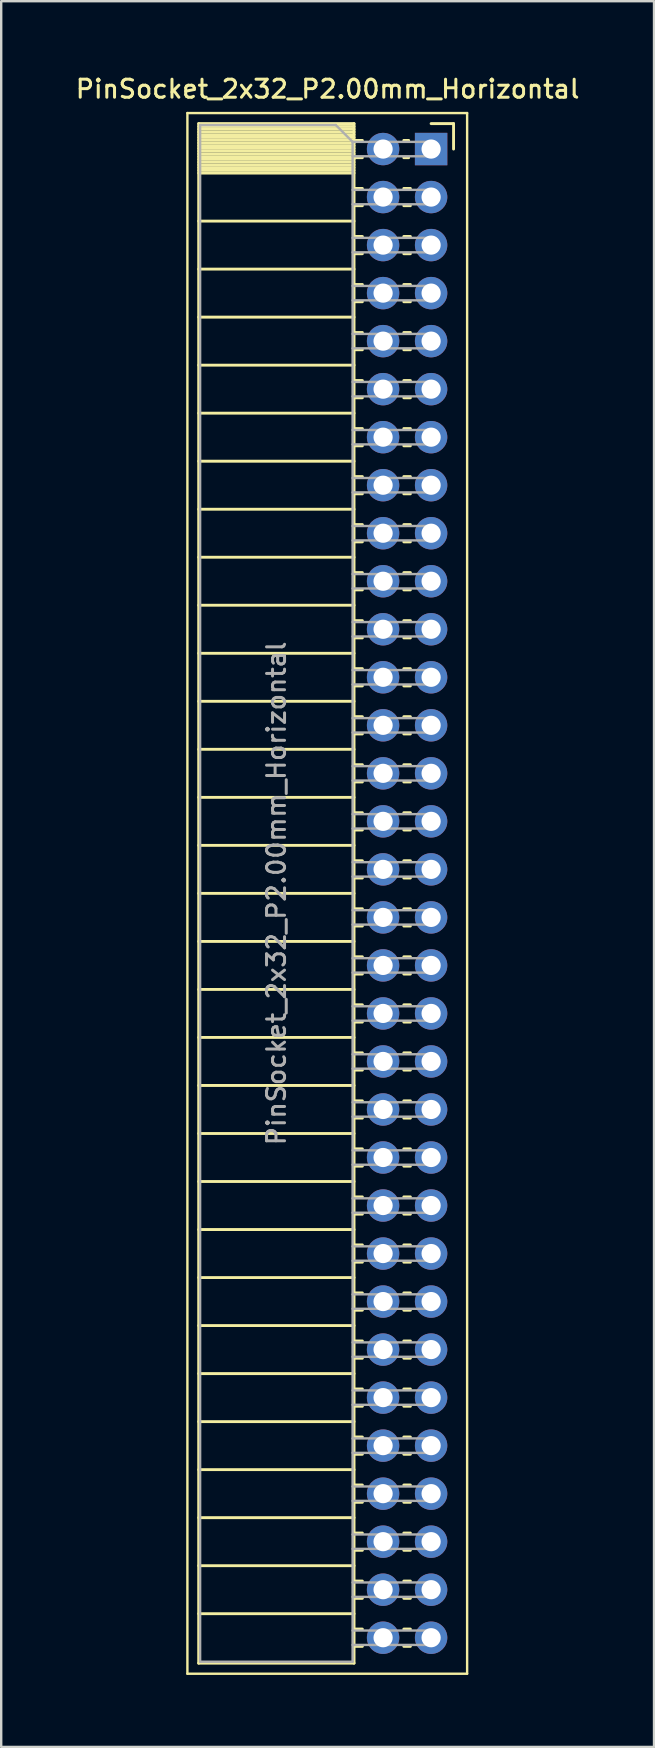
<source format=kicad_pcb>
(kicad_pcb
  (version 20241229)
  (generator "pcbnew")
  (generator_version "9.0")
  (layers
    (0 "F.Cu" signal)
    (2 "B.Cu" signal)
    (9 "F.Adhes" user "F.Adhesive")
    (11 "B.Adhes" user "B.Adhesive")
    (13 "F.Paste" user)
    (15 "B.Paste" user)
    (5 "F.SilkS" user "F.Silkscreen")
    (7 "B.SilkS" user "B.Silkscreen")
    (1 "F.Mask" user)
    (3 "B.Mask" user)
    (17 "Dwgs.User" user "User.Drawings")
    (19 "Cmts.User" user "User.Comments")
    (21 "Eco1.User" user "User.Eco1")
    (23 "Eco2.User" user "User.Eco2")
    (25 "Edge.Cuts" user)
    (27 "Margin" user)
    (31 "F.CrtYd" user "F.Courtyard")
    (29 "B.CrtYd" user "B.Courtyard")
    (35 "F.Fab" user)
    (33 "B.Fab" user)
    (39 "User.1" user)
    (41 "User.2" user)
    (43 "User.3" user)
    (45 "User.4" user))
  (footprint "PinSocket_2x32_P2.00mm_Horizontal"
    (layer "F.Cu")
    (at 14.905 3.158)
    (property "Reference" "PinSocket_2x32_P2.00mm_Horizontal" (at -4.31 -2.5 0) (layer "F.SilkS") (effects (font (size 0.75 0.75) (thickness 0.125))))
    (attr through_hole)
    (fp_line (start -10.15 -1.5) (end -10.15 63.5) (stroke (width 0.1) (type solid)) (layer "F.SilkS"))
    (fp_line (start -10.15 63.5) (end 1.5 63.5) (stroke (width 0.1) (type solid)) (layer "F.SilkS"))
    (fp_line (start -9.68 -1.06) (end -9.68 63.06) (stroke (width 0.12) (type solid)) (layer "F.SilkS"))
    (fp_line (start -9.68 -1.06) (end -3.21 -1.06) (stroke (width 0.12) (type solid)) (layer "F.SilkS"))
    (fp_line (start -9.68 -0.94) (end -3.21 -0.94) (stroke (width 0.12) (type solid)) (layer "F.SilkS"))
    (fp_line (start -9.68 -0.826) (end -3.21 -0.826) (stroke (width 0.12) (type solid)) (layer "F.SilkS"))
    (fp_line (start -9.68 -0.712) (end -3.21 -0.712) (stroke (width 0.12) (type solid)) (layer "F.SilkS"))
    (fp_line (start -9.68 -0.598) (end -3.21 -0.598) (stroke (width 0.12) (type solid)) (layer "F.SilkS"))
    (fp_line (start -9.68 -0.484) (end -3.21 -0.484) (stroke (width 0.12) (type solid)) (layer "F.SilkS"))
    (fp_line (start -9.68 -0.369) (end -3.21 -0.369) (stroke (width 0.12) (type solid)) (layer "F.SilkS"))
    (fp_line (start -9.68 -0.255) (end -3.21 -0.255) (stroke (width 0.12) (type solid)) (layer "F.SilkS"))
    (fp_line (start -9.68 -0.141) (end -3.21 -0.141) (stroke (width 0.12) (type solid)) (layer "F.SilkS"))
    (fp_line (start -9.68 -0.027) (end -3.21 -0.027) (stroke (width 0.12) (type solid)) (layer "F.SilkS"))
    (fp_line (start -9.68 0.087) (end -3.21 0.087) (stroke (width 0.12) (type solid)) (layer "F.SilkS"))
    (fp_line (start -9.68 0.201) (end -3.21 0.201) (stroke (width 0.12) (type solid)) (layer "F.SilkS"))
    (fp_line (start -9.68 0.315) (end -3.21 0.315) (stroke (width 0.12) (type solid)) (layer "F.SilkS"))
    (fp_line (start -9.68 0.429) (end -3.21 0.429) (stroke (width 0.12) (type solid)) (layer "F.SilkS"))
    (fp_line (start -9.68 0.544) (end -3.21 0.544) (stroke (width 0.12) (type solid)) (layer "F.SilkS"))
    (fp_line (start -9.68 0.658) (end -3.21 0.658) (stroke (width 0.12) (type solid)) (layer "F.SilkS"))
    (fp_line (start -9.68 0.772) (end -3.21 0.772) (stroke (width 0.12) (type solid)) (layer "F.SilkS"))
    (fp_line (start -9.68 0.886) (end -3.21 0.886) (stroke (width 0.12) (type solid)) (layer "F.SilkS"))
    (fp_line (start -9.68 1) (end -3.21 1) (stroke (width 0.12) (type solid)) (layer "F.SilkS"))
    (fp_line (start -9.68 3) (end -3.21 3) (stroke (width 0.12) (type solid)) (layer "F.SilkS"))
    (fp_line (start -9.68 5) (end -3.21 5) (stroke (width 0.12) (type solid)) (layer "F.SilkS"))
    (fp_line (start -9.68 7) (end -3.21 7) (stroke (width 0.12) (type solid)) (layer "F.SilkS"))
    (fp_line (start -9.68 9) (end -3.21 9) (stroke (width 0.12) (type solid)) (layer "F.SilkS"))
    (fp_line (start -9.68 11) (end -3.21 11) (stroke (width 0.12) (type solid)) (layer "F.SilkS"))
    (fp_line (start -9.68 13) (end -3.21 13) (stroke (width 0.12) (type solid)) (layer "F.SilkS"))
    (fp_line (start -9.68 15) (end -3.21 15) (stroke (width 0.12) (type solid)) (layer "F.SilkS"))
    (fp_line (start -9.68 17) (end -3.21 17) (stroke (width 0.12) (type solid)) (layer "F.SilkS"))
    (fp_line (start -9.68 19) (end -3.21 19) (stroke (width 0.12) (type solid)) (layer "F.SilkS"))
    (fp_line (start -9.68 21) (end -3.21 21) (stroke (width 0.12) (type solid)) (layer "F.SilkS"))
    (fp_line (start -9.68 23) (end -3.21 23) (stroke (width 0.12) (type solid)) (layer "F.SilkS"))
    (fp_line (start -9.68 25) (end -3.21 25) (stroke (width 0.12) (type solid)) (layer "F.SilkS"))
    (fp_line (start -9.68 27) (end -3.21 27) (stroke (width 0.12) (type solid)) (layer "F.SilkS"))
    (fp_line (start -9.68 29) (end -3.21 29) (stroke (width 0.12) (type solid)) (layer "F.SilkS"))
    (fp_line (start -9.68 31) (end -3.21 31) (stroke (width 0.12) (type solid)) (layer "F.SilkS"))
    (fp_line (start -9.68 33) (end -3.21 33) (stroke (width 0.12) (type solid)) (layer "F.SilkS"))
    (fp_line (start -9.68 35) (end -3.21 35) (stroke (width 0.12) (type solid)) (layer "F.SilkS"))
    (fp_line (start -9.68 37) (end -3.21 37) (stroke (width 0.12) (type solid)) (layer "F.SilkS"))
    (fp_line (start -9.68 39) (end -3.21 39) (stroke (width 0.12) (type solid)) (layer "F.SilkS"))
    (fp_line (start -9.68 41) (end -3.21 41) (stroke (width 0.12) (type solid)) (layer "F.SilkS"))
    (fp_line (start -9.68 43) (end -3.21 43) (stroke (width 0.12) (type solid)) (layer "F.SilkS"))
    (fp_line (start -9.68 45) (end -3.21 45) (stroke (width 0.12) (type solid)) (layer "F.SilkS"))
    (fp_line (start -9.68 47) (end -3.21 47) (stroke (width 0.12) (type solid)) (layer "F.SilkS"))
    (fp_line (start -9.68 49) (end -3.21 49) (stroke (width 0.12) (type solid)) (layer "F.SilkS"))
    (fp_line (start -9.68 51) (end -3.21 51) (stroke (width 0.12) (type solid)) (layer "F.SilkS"))
    (fp_line (start -9.68 53) (end -3.21 53) (stroke (width 0.12) (type solid)) (layer "F.SilkS"))
    (fp_line (start -9.68 55) (end -3.21 55) (stroke (width 0.12) (type solid)) (layer "F.SilkS"))
    (fp_line (start -9.68 57) (end -3.21 57) (stroke (width 0.12) (type solid)) (layer "F.SilkS"))
    (fp_line (start -9.68 59) (end -3.21 59) (stroke (width 0.12) (type solid)) (layer "F.SilkS"))
    (fp_line (start -9.68 61) (end -3.21 61) (stroke (width 0.12) (type solid)) (layer "F.SilkS"))
    (fp_line (start -9.68 63.06) (end -3.21 63.06) (stroke (width 0.12) (type solid)) (layer "F.SilkS"))
    (fp_line (start -3.21 -1.06) (end -3.21 63.06) (stroke (width 0.12) (type solid)) (layer "F.SilkS"))
    (fp_line (start -3.21 -0.36) (end -2.863 -0.36) (stroke (width 0.12) (type solid)) (layer "F.SilkS"))
    (fp_line (start -3.21 0.36) (end -2.863 0.36) (stroke (width 0.12) (type solid)) (layer "F.SilkS"))
    (fp_line (start -3.21 1.64) (end -2.863 1.64) (stroke (width 0.12) (type solid)) (layer "F.SilkS"))
    (fp_line (start -3.21 2.36) (end -2.863 2.36) (stroke (width 0.12) (type solid)) (layer "F.SilkS"))
    (fp_line (start -3.21 3.64) (end -2.863 3.64) (stroke (width 0.12) (type solid)) (layer "F.SilkS"))
    (fp_line (start -3.21 4.36) (end -2.863 4.36) (stroke (width 0.12) (type solid)) (layer "F.SilkS"))
    (fp_line (start -3.21 5.64) (end -2.863 5.64) (stroke (width 0.12) (type solid)) (layer "F.SilkS"))
    (fp_line (start -3.21 6.36) (end -2.863 6.36) (stroke (width 0.12) (type solid)) (layer "F.SilkS"))
    (fp_line (start -3.21 7.64) (end -2.863 7.64) (stroke (width 0.12) (type solid)) (layer "F.SilkS"))
    (fp_line (start -3.21 8.36) (end -2.863 8.36) (stroke (width 0.12) (type solid)) (layer "F.SilkS"))
    (fp_line (start -3.21 9.64) (end -2.863 9.64) (stroke (width 0.12) (type solid)) (layer "F.SilkS"))
    (fp_line (start -3.21 10.36) (end -2.863 10.36) (stroke (width 0.12) (type solid)) (layer "F.SilkS"))
    (fp_line (start -3.21 11.64) (end -2.863 11.64) (stroke (width 0.12) (type solid)) (layer "F.SilkS"))
    (fp_line (start -3.21 12.36) (end -2.863 12.36) (stroke (width 0.12) (type solid)) (layer "F.SilkS"))
    (fp_line (start -3.21 13.64) (end -2.863 13.64) (stroke (width 0.12) (type solid)) (layer "F.SilkS"))
    (fp_line (start -3.21 14.36) (end -2.863 14.36) (stroke (width 0.12) (type solid)) (layer "F.SilkS"))
    (fp_line (start -3.21 15.64) (end -2.863 15.64) (stroke (width 0.12) (type solid)) (layer "F.SilkS"))
    (fp_line (start -3.21 16.36) (end -2.863 16.36) (stroke (width 0.12) (type solid)) (layer "F.SilkS"))
    (fp_line (start -3.21 17.64) (end -2.863 17.64) (stroke (width 0.12) (type solid)) (layer "F.SilkS"))
    (fp_line (start -3.21 18.36) (end -2.863 18.36) (stroke (width 0.12) (type solid)) (layer "F.SilkS"))
    (fp_line (start -3.21 19.64) (end -2.863 19.64) (stroke (width 0.12) (type solid)) (layer "F.SilkS"))
    (fp_line (start -3.21 20.36) (end -2.863 20.36) (stroke (width 0.12) (type solid)) (layer "F.SilkS"))
    (fp_line (start -3.21 21.64) (end -2.863 21.64) (stroke (width 0.12) (type solid)) (layer "F.SilkS"))
    (fp_line (start -3.21 22.36) (end -2.863 22.36) (stroke (width 0.12) (type solid)) (layer "F.SilkS"))
    (fp_line (start -3.21 23.64) (end -2.863 23.64) (stroke (width 0.12) (type solid)) (layer "F.SilkS"))
    (fp_line (start -3.21 24.36) (end -2.863 24.36) (stroke (width 0.12) (type solid)) (layer "F.SilkS"))
    (fp_line (start -3.21 25.64) (end -2.863 25.64) (stroke (width 0.12) (type solid)) (layer "F.SilkS"))
    (fp_line (start -3.21 26.36) (end -2.863 26.36) (stroke (width 0.12) (type solid)) (layer "F.SilkS"))
    (fp_line (start -3.21 27.64) (end -2.863 27.64) (stroke (width 0.12) (type solid)) (layer "F.SilkS"))
    (fp_line (start -3.21 28.36) (end -2.863 28.36) (stroke (width 0.12) (type solid)) (layer "F.SilkS"))
    (fp_line (start -3.21 29.64) (end -2.863 29.64) (stroke (width 0.12) (type solid)) (layer "F.SilkS"))
    (fp_line (start -3.21 30.36) (end -2.863 30.36) (stroke (width 0.12) (type solid)) (layer "F.SilkS"))
    (fp_line (start -3.21 31.64) (end -2.863 31.64) (stroke (width 0.12) (type solid)) (layer "F.SilkS"))
    (fp_line (start -3.21 32.36) (end -2.863 32.36) (stroke (width 0.12) (type solid)) (layer "F.SilkS"))
    (fp_line (start -3.21 33.64) (end -2.863 33.64) (stroke (width 0.12) (type solid)) (layer "F.SilkS"))
    (fp_line (start -3.21 34.36) (end -2.863 34.36) (stroke (width 0.12) (type solid)) (layer "F.SilkS"))
    (fp_line (start -3.21 35.64) (end -2.863 35.64) (stroke (width 0.12) (type solid)) (layer "F.SilkS"))
    (fp_line (start -3.21 36.36) (end -2.863 36.36) (stroke (width 0.12) (type solid)) (layer "F.SilkS"))
    (fp_line (start -3.21 37.64) (end -2.863 37.64) (stroke (width 0.12) (type solid)) (layer "F.SilkS"))
    (fp_line (start -3.21 38.36) (end -2.863 38.36) (stroke (width 0.12) (type solid)) (layer "F.SilkS"))
    (fp_line (start -3.21 39.64) (end -2.863 39.64) (stroke (width 0.12) (type solid)) (layer "F.SilkS"))
    (fp_line (start -3.21 40.36) (end -2.863 40.36) (stroke (width 0.12) (type solid)) (layer "F.SilkS"))
    (fp_line (start -3.21 41.64) (end -2.863 41.64) (stroke (width 0.12) (type solid)) (layer "F.SilkS"))
    (fp_line (start -3.21 42.36) (end -2.863 42.36) (stroke (width 0.12) (type solid)) (layer "F.SilkS"))
    (fp_line (start -3.21 43.64) (end -2.863 43.64) (stroke (width 0.12) (type solid)) (layer "F.SilkS"))
    (fp_line (start -3.21 44.36) (end -2.863 44.36) (stroke (width 0.12) (type solid)) (layer "F.SilkS"))
    (fp_line (start -3.21 45.64) (end -2.863 45.64) (stroke (width 0.12) (type solid)) (layer "F.SilkS"))
    (fp_line (start -3.21 46.36) (end -2.863 46.36) (stroke (width 0.12) (type solid)) (layer "F.SilkS"))
    (fp_line (start -3.21 47.64) (end -2.863 47.64) (stroke (width 0.12) (type solid)) (layer "F.SilkS"))
    (fp_line (start -3.21 48.36) (end -2.863 48.36) (stroke (width 0.12) (type solid)) (layer "F.SilkS"))
    (fp_line (start -3.21 49.64) (end -2.863 49.64) (stroke (width 0.12) (type solid)) (layer "F.SilkS"))
    (fp_line (start -3.21 50.36) (end -2.863 50.36) (stroke (width 0.12) (type solid)) (layer "F.SilkS"))
    (fp_line (start -3.21 51.64) (end -2.863 51.64) (stroke (width 0.12) (type solid)) (layer "F.SilkS"))
    (fp_line (start -3.21 52.36) (end -2.863 52.36) (stroke (width 0.12) (type solid)) (layer "F.SilkS"))
    (fp_line (start -3.21 53.64) (end -2.863 53.64) (stroke (width 0.12) (type solid)) (layer "F.SilkS"))
    (fp_line (start -3.21 54.36) (end -2.863 54.36) (stroke (width 0.12) (type solid)) (layer "F.SilkS"))
    (fp_line (start -3.21 55.64) (end -2.863 55.64) (stroke (width 0.12) (type solid)) (layer "F.SilkS"))
    (fp_line (start -3.21 56.36) (end -2.863 56.36) (stroke (width 0.12) (type solid)) (layer "F.SilkS"))
    (fp_line (start -3.21 57.64) (end -2.863 57.64) (stroke (width 0.12) (type solid)) (layer "F.SilkS"))
    (fp_line (start -3.21 58.36) (end -2.863 58.36) (stroke (width 0.12) (type solid)) (layer "F.SilkS"))
    (fp_line (start -3.21 59.64) (end -2.863 59.64) (stroke (width 0.12) (type solid)) (layer "F.SilkS"))
    (fp_line (start -3.21 60.36) (end -2.863 60.36) (stroke (width 0.12) (type solid)) (layer "F.SilkS"))
    (fp_line (start -3.21 61.64) (end -2.863 61.64) (stroke (width 0.12) (type solid)) (layer "F.SilkS"))
    (fp_line (start -3.21 62.36) (end -2.863 62.36) (stroke (width 0.12) (type solid)) (layer "F.SilkS"))
    (fp_line (start -1.137 -0.36) (end -0.935 -0.36) (stroke (width 0.12) (type solid)) (layer "F.SilkS"))
    (fp_line (start -1.137 0.36) (end -0.935 0.36) (stroke (width 0.12) (type solid)) (layer "F.SilkS"))
    (fp_line (start -1.137 1.64) (end -0.863 1.64) (stroke (width 0.12) (type solid)) (layer "F.SilkS"))
    (fp_line (start -1.137 2.36) (end -0.863 2.36) (stroke (width 0.12) (type solid)) (layer "F.SilkS"))
    (fp_line (start -1.137 3.64) (end -0.863 3.64) (stroke (width 0.12) (type solid)) (layer "F.SilkS"))
    (fp_line (start -1.137 4.36) (end -0.863 4.36) (stroke (width 0.12) (type solid)) (layer "F.SilkS"))
    (fp_line (start -1.137 5.64) (end -0.863 5.64) (stroke (width 0.12) (type solid)) (layer "F.SilkS"))
    (fp_line (start -1.137 6.36) (end -0.863 6.36) (stroke (width 0.12) (type solid)) (layer "F.SilkS"))
    (fp_line (start -1.137 7.64) (end -0.863 7.64) (stroke (width 0.12) (type solid)) (layer "F.SilkS"))
    (fp_line (start -1.137 8.36) (end -0.863 8.36) (stroke (width 0.12) (type solid)) (layer "F.SilkS"))
    (fp_line (start -1.137 9.64) (end -0.863 9.64) (stroke (width 0.12) (type solid)) (layer "F.SilkS"))
    (fp_line (start -1.137 10.36) (end -0.863 10.36) (stroke (width 0.12) (type solid)) (layer "F.SilkS"))
    (fp_line (start -1.137 11.64) (end -0.863 11.64) (stroke (width 0.12) (type solid)) (layer "F.SilkS"))
    (fp_line (start -1.137 12.36) (end -0.863 12.36) (stroke (width 0.12) (type solid)) (layer "F.SilkS"))
    (fp_line (start -1.137 13.64) (end -0.863 13.64) (stroke (width 0.12) (type solid)) (layer "F.SilkS"))
    (fp_line (start -1.137 14.36) (end -0.863 14.36) (stroke (width 0.12) (type solid)) (layer "F.SilkS"))
    (fp_line (start -1.137 15.64) (end -0.863 15.64) (stroke (width 0.12) (type solid)) (layer "F.SilkS"))
    (fp_line (start -1.137 16.36) (end -0.863 16.36) (stroke (width 0.12) (type solid)) (layer "F.SilkS"))
    (fp_line (start -1.137 17.64) (end -0.863 17.64) (stroke (width 0.12) (type solid)) (layer "F.SilkS"))
    (fp_line (start -1.137 18.36) (end -0.863 18.36) (stroke (width 0.12) (type solid)) (layer "F.SilkS"))
    (fp_line (start -1.137 19.64) (end -0.863 19.64) (stroke (width 0.12) (type solid)) (layer "F.SilkS"))
    (fp_line (start -1.137 20.36) (end -0.863 20.36) (stroke (width 0.12) (type solid)) (layer "F.SilkS"))
    (fp_line (start -1.137 21.64) (end -0.863 21.64) (stroke (width 0.12) (type solid)) (layer "F.SilkS"))
    (fp_line (start -1.137 22.36) (end -0.863 22.36) (stroke (width 0.12) (type solid)) (layer "F.SilkS"))
    (fp_line (start -1.137 23.64) (end -0.863 23.64) (stroke (width 0.12) (type solid)) (layer "F.SilkS"))
    (fp_line (start -1.137 24.36) (end -0.863 24.36) (stroke (width 0.12) (type solid)) (layer "F.SilkS"))
    (fp_line (start -1.137 25.64) (end -0.863 25.64) (stroke (width 0.12) (type solid)) (layer "F.SilkS"))
    (fp_line (start -1.137 26.36) (end -0.863 26.36) (stroke (width 0.12) (type solid)) (layer "F.SilkS"))
    (fp_line (start -1.137 27.64) (end -0.863 27.64) (stroke (width 0.12) (type solid)) (layer "F.SilkS"))
    (fp_line (start -1.137 28.36) (end -0.863 28.36) (stroke (width 0.12) (type solid)) (layer "F.SilkS"))
    (fp_line (start -1.137 29.64) (end -0.863 29.64) (stroke (width 0.12) (type solid)) (layer "F.SilkS"))
    (fp_line (start -1.137 30.36) (end -0.863 30.36) (stroke (width 0.12) (type solid)) (layer "F.SilkS"))
    (fp_line (start -1.137 31.64) (end -0.863 31.64) (stroke (width 0.12) (type solid)) (layer "F.SilkS"))
    (fp_line (start -1.137 32.36) (end -0.863 32.36) (stroke (width 0.12) (type solid)) (layer "F.SilkS"))
    (fp_line (start -1.137 33.64) (end -0.863 33.64) (stroke (width 0.12) (type solid)) (layer "F.SilkS"))
    (fp_line (start -1.137 34.36) (end -0.863 34.36) (stroke (width 0.12) (type solid)) (layer "F.SilkS"))
    (fp_line (start -1.137 35.64) (end -0.863 35.64) (stroke (width 0.12) (type solid)) (layer "F.SilkS"))
    (fp_line (start -1.137 36.36) (end -0.863 36.36) (stroke (width 0.12) (type solid)) (layer "F.SilkS"))
    (fp_line (start -1.137 37.64) (end -0.863 37.64) (stroke (width 0.12) (type solid)) (layer "F.SilkS"))
    (fp_line (start -1.137 38.36) (end -0.863 38.36) (stroke (width 0.12) (type solid)) (layer "F.SilkS"))
    (fp_line (start -1.137 39.64) (end -0.863 39.64) (stroke (width 0.12) (type solid)) (layer "F.SilkS"))
    (fp_line (start -1.137 40.36) (end -0.863 40.36) (stroke (width 0.12) (type solid)) (layer "F.SilkS"))
    (fp_line (start -1.137 41.64) (end -0.863 41.64) (stroke (width 0.12) (type solid)) (layer "F.SilkS"))
    (fp_line (start -1.137 42.36) (end -0.863 42.36) (stroke (width 0.12) (type solid)) (layer "F.SilkS"))
    (fp_line (start -1.137 43.64) (end -0.863 43.64) (stroke (width 0.12) (type solid)) (layer "F.SilkS"))
    (fp_line (start -1.137 44.36) (end -0.863 44.36) (stroke (width 0.12) (type solid)) (layer "F.SilkS"))
    (fp_line (start -1.137 45.64) (end -0.863 45.64) (stroke (width 0.12) (type solid)) (layer "F.SilkS"))
    (fp_line (start -1.137 46.36) (end -0.863 46.36) (stroke (width 0.12) (type solid)) (layer "F.SilkS"))
    (fp_line (start -1.137 47.64) (end -0.863 47.64) (stroke (width 0.12) (type solid)) (layer "F.SilkS"))
    (fp_line (start -1.137 48.36) (end -0.863 48.36) (stroke (width 0.12) (type solid)) (layer "F.SilkS"))
    (fp_line (start -1.137 49.64) (end -0.863 49.64) (stroke (width 0.12) (type solid)) (layer "F.SilkS"))
    (fp_line (start -1.137 50.36) (end -0.863 50.36) (stroke (width 0.12) (type solid)) (layer "F.SilkS"))
    (fp_line (start -1.137 51.64) (end -0.863 51.64) (stroke (width 0.12) (type solid)) (layer "F.SilkS"))
    (fp_line (start -1.137 52.36) (end -0.863 52.36) (stroke (width 0.12) (type solid)) (layer "F.SilkS"))
    (fp_line (start -1.137 53.64) (end -0.863 53.64) (stroke (width 0.12) (type solid)) (layer "F.SilkS"))
    (fp_line (start -1.137 54.36) (end -0.863 54.36) (stroke (width 0.12) (type solid)) (layer "F.SilkS"))
    (fp_line (start -1.137 55.64) (end -0.863 55.64) (stroke (width 0.12) (type solid)) (layer "F.SilkS"))
    (fp_line (start -1.137 56.36) (end -0.863 56.36) (stroke (width 0.12) (type solid)) (layer "F.SilkS"))
    (fp_line (start -1.137 57.64) (end -0.863 57.64) (stroke (width 0.12) (type solid)) (layer "F.SilkS"))
    (fp_line (start -1.137 58.36) (end -0.863 58.36) (stroke (width 0.12) (type solid)) (layer "F.SilkS"))
    (fp_line (start -1.137 59.64) (end -0.863 59.64) (stroke (width 0.12) (type solid)) (layer "F.SilkS"))
    (fp_line (start -1.137 60.36) (end -0.863 60.36) (stroke (width 0.12) (type solid)) (layer "F.SilkS"))
    (fp_line (start -1.137 61.64) (end -0.863 61.64) (stroke (width 0.12) (type solid)) (layer "F.SilkS"))
    (fp_line (start -1.137 62.36) (end -0.863 62.36) (stroke (width 0.12) (type solid)) (layer "F.SilkS"))
    (fp_line (start 0 -1.06) (end 0.935 -1.06) (stroke (width 0.12) (type solid)) (layer "F.SilkS"))
    (fp_line (start 0.935 -1.06) (end 0.935 0) (stroke (width 0.12) (type solid)) (layer "F.SilkS"))
    (fp_line (start 1.5 -1.5) (end -10.15 -1.5) (stroke (width 0.1) (type solid)) (layer "F.SilkS"))
    (fp_line (start 1.5 63.5) (end 1.5 -1.5) (stroke (width 0.1) (type solid)) (layer "F.SilkS"))
    (fp_line (start -9.62 -1) (end -3.97 -1) (stroke (width 0.1) (type solid)) (layer "F.Fab"))
    (fp_line (start -9.62 63) (end -9.62 -1) (stroke (width 0.1) (type solid)) (layer "F.Fab"))
    (fp_line (start -3.97 -1) (end -3.27 -0.3) (stroke (width 0.1) (type solid)) (layer "F.Fab"))
    (fp_line (start -3.27 -0.3) (end -3.27 63) (stroke (width 0.1) (type solid)) (layer "F.Fab"))
    (fp_line (start -3.27 0.3) (end 0 0.3) (stroke (width 0.1) (type solid)) (layer "F.Fab"))
    (fp_line (start -3.27 2.3) (end 0 2.3) (stroke (width 0.1) (type solid)) (layer "F.Fab"))
    (fp_line (start -3.27 4.3) (end 0 4.3) (stroke (width 0.1) (type solid)) (layer "F.Fab"))
    (fp_line (start -3.27 6.3) (end 0 6.3) (stroke (width 0.1) (type solid)) (layer "F.Fab"))
    (fp_line (start -3.27 8.3) (end 0 8.3) (stroke (width 0.1) (type solid)) (layer "F.Fab"))
    (fp_line (start -3.27 10.3) (end 0 10.3) (stroke (width 0.1) (type solid)) (layer "F.Fab"))
    (fp_line (start -3.27 12.3) (end 0 12.3) (stroke (width 0.1) (type solid)) (layer "F.Fab"))
    (fp_line (start -3.27 14.3) (end 0 14.3) (stroke (width 0.1) (type solid)) (layer "F.Fab"))
    (fp_line (start -3.27 16.3) (end 0 16.3) (stroke (width 0.1) (type solid)) (layer "F.Fab"))
    (fp_line (start -3.27 18.3) (end 0 18.3) (stroke (width 0.1) (type solid)) (layer "F.Fab"))
    (fp_line (start -3.27 20.3) (end 0 20.3) (stroke (width 0.1) (type solid)) (layer "F.Fab"))
    (fp_line (start -3.27 22.3) (end 0 22.3) (stroke (width 0.1) (type solid)) (layer "F.Fab"))
    (fp_line (start -3.27 24.3) (end 0 24.3) (stroke (width 0.1) (type solid)) (layer "F.Fab"))
    (fp_line (start -3.27 26.3) (end 0 26.3) (stroke (width 0.1) (type solid)) (layer "F.Fab"))
    (fp_line (start -3.27 28.3) (end 0 28.3) (stroke (width 0.1) (type solid)) (layer "F.Fab"))
    (fp_line (start -3.27 30.3) (end 0 30.3) (stroke (width 0.1) (type solid)) (layer "F.Fab"))
    (fp_line (start -3.27 32.3) (end 0 32.3) (stroke (width 0.1) (type solid)) (layer "F.Fab"))
    (fp_line (start -3.27 34.3) (end 0 34.3) (stroke (width 0.1) (type solid)) (layer "F.Fab"))
    (fp_line (start -3.27 36.3) (end 0 36.3) (stroke (width 0.1) (type solid)) (layer "F.Fab"))
    (fp_line (start -3.27 38.3) (end 0 38.3) (stroke (width 0.1) (type solid)) (layer "F.Fab"))
    (fp_line (start -3.27 40.3) (end 0 40.3) (stroke (width 0.1) (type solid)) (layer "F.Fab"))
    (fp_line (start -3.27 42.3) (end 0 42.3) (stroke (width 0.1) (type solid)) (layer "F.Fab"))
    (fp_line (start -3.27 44.3) (end 0 44.3) (stroke (width 0.1) (type solid)) (layer "F.Fab"))
    (fp_line (start -3.27 46.3) (end 0 46.3) (stroke (width 0.1) (type solid)) (layer "F.Fab"))
    (fp_line (start -3.27 48.3) (end 0 48.3) (stroke (width 0.1) (type solid)) (layer "F.Fab"))
    (fp_line (start -3.27 50.3) (end 0 50.3) (stroke (width 0.1) (type solid)) (layer "F.Fab"))
    (fp_line (start -3.27 52.3) (end 0 52.3) (stroke (width 0.1) (type solid)) (layer "F.Fab"))
    (fp_line (start -3.27 54.3) (end 0 54.3) (stroke (width 0.1) (type solid)) (layer "F.Fab"))
    (fp_line (start -3.27 56.3) (end 0 56.3) (stroke (width 0.1) (type solid)) (layer "F.Fab"))
    (fp_line (start -3.27 58.3) (end 0 58.3) (stroke (width 0.1) (type solid)) (layer "F.Fab"))
    (fp_line (start -3.27 60.3) (end 0 60.3) (stroke (width 0.1) (type solid)) (layer "F.Fab"))
    (fp_line (start -3.27 62.3) (end 0 62.3) (stroke (width 0.1) (type solid)) (layer "F.Fab"))
    (fp_line (start -3.27 63) (end -9.62 63) (stroke (width 0.1) (type solid)) (layer "F.Fab"))
    (fp_line (start 0 -0.3) (end -3.27 -0.3) (stroke (width 0.1) (type solid)) (layer "F.Fab"))
    (fp_line (start 0 0.3) (end 0 -0.3) (stroke (width 0.1) (type solid)) (layer "F.Fab"))
    (fp_line (start 0 1.7) (end -3.27 1.7) (stroke (width 0.1) (type solid)) (layer "F.Fab"))
    (fp_line (start 0 2.3) (end 0 1.7) (stroke (width 0.1) (type solid)) (layer "F.Fab"))
    (fp_line (start 0 3.7) (end -3.27 3.7) (stroke (width 0.1) (type solid)) (layer "F.Fab"))
    (fp_line (start 0 4.3) (end 0 3.7) (stroke (width 0.1) (type solid)) (layer "F.Fab"))
    (fp_line (start 0 5.7) (end -3.27 5.7) (stroke (width 0.1) (type solid)) (layer "F.Fab"))
    (fp_line (start 0 6.3) (end 0 5.7) (stroke (width 0.1) (type solid)) (layer "F.Fab"))
    (fp_line (start 0 7.7) (end -3.27 7.7) (stroke (width 0.1) (type solid)) (layer "F.Fab"))
    (fp_line (start 0 8.3) (end 0 7.7) (stroke (width 0.1) (type solid)) (layer "F.Fab"))
    (fp_line (start 0 9.7) (end -3.27 9.7) (stroke (width 0.1) (type solid)) (layer "F.Fab"))
    (fp_line (start 0 10.3) (end 0 9.7) (stroke (width 0.1) (type solid)) (layer "F.Fab"))
    (fp_line (start 0 11.7) (end -3.27 11.7) (stroke (width 0.1) (type solid)) (layer "F.Fab"))
    (fp_line (start 0 12.3) (end 0 11.7) (stroke (width 0.1) (type solid)) (layer "F.Fab"))
    (fp_line (start 0 13.7) (end -3.27 13.7) (stroke (width 0.1) (type solid)) (layer "F.Fab"))
    (fp_line (start 0 14.3) (end 0 13.7) (stroke (width 0.1) (type solid)) (layer "F.Fab"))
    (fp_line (start 0 15.7) (end -3.27 15.7) (stroke (width 0.1) (type solid)) (layer "F.Fab"))
    (fp_line (start 0 16.3) (end 0 15.7) (stroke (width 0.1) (type solid)) (layer "F.Fab"))
    (fp_line (start 0 17.7) (end -3.27 17.7) (stroke (width 0.1) (type solid)) (layer "F.Fab"))
    (fp_line (start 0 18.3) (end 0 17.7) (stroke (width 0.1) (type solid)) (layer "F.Fab"))
    (fp_line (start 0 19.7) (end -3.27 19.7) (stroke (width 0.1) (type solid)) (layer "F.Fab"))
    (fp_line (start 0 20.3) (end 0 19.7) (stroke (width 0.1) (type solid)) (layer "F.Fab"))
    (fp_line (start 0 21.7) (end -3.27 21.7) (stroke (width 0.1) (type solid)) (layer "F.Fab"))
    (fp_line (start 0 22.3) (end 0 21.7) (stroke (width 0.1) (type solid)) (layer "F.Fab"))
    (fp_line (start 0 23.7) (end -3.27 23.7) (stroke (width 0.1) (type solid)) (layer "F.Fab"))
    (fp_line (start 0 24.3) (end 0 23.7) (stroke (width 0.1) (type solid)) (layer "F.Fab"))
    (fp_line (start 0 25.7) (end -3.27 25.7) (stroke (width 0.1) (type solid)) (layer "F.Fab"))
    (fp_line (start 0 26.3) (end 0 25.7) (stroke (width 0.1) (type solid)) (layer "F.Fab"))
    (fp_line (start 0 27.7) (end -3.27 27.7) (stroke (width 0.1) (type solid)) (layer "F.Fab"))
    (fp_line (start 0 28.3) (end 0 27.7) (stroke (width 0.1) (type solid)) (layer "F.Fab"))
    (fp_line (start 0 29.7) (end -3.27 29.7) (stroke (width 0.1) (type solid)) (layer "F.Fab"))
    (fp_line (start 0 30.3) (end 0 29.7) (stroke (width 0.1) (type solid)) (layer "F.Fab"))
    (fp_line (start 0 31.7) (end -3.27 31.7) (stroke (width 0.1) (type solid)) (layer "F.Fab"))
    (fp_line (start 0 32.3) (end 0 31.7) (stroke (width 0.1) (type solid)) (layer "F.Fab"))
    (fp_line (start 0 33.7) (end -3.27 33.7) (stroke (width 0.1) (type solid)) (layer "F.Fab"))
    (fp_line (start 0 34.3) (end 0 33.7) (stroke (width 0.1) (type solid)) (layer "F.Fab"))
    (fp_line (start 0 35.7) (end -3.27 35.7) (stroke (width 0.1) (type solid)) (layer "F.Fab"))
    (fp_line (start 0 36.3) (end 0 35.7) (stroke (width 0.1) (type solid)) (layer "F.Fab"))
    (fp_line (start 0 37.7) (end -3.27 37.7) (stroke (width 0.1) (type solid)) (layer "F.Fab"))
    (fp_line (start 0 38.3) (end 0 37.7) (stroke (width 0.1) (type solid)) (layer "F.Fab"))
    (fp_line (start 0 39.7) (end -3.27 39.7) (stroke (width 0.1) (type solid)) (layer "F.Fab"))
    (fp_line (start 0 40.3) (end 0 39.7) (stroke (width 0.1) (type solid)) (layer "F.Fab"))
    (fp_line (start 0 41.7) (end -3.27 41.7) (stroke (width 0.1) (type solid)) (layer "F.Fab"))
    (fp_line (start 0 42.3) (end 0 41.7) (stroke (width 0.1) (type solid)) (layer "F.Fab"))
    (fp_line (start 0 43.7) (end -3.27 43.7) (stroke (width 0.1) (type solid)) (layer "F.Fab"))
    (fp_line (start 0 44.3) (end 0 43.7) (stroke (width 0.1) (type solid)) (layer "F.Fab"))
    (fp_line (start 0 45.7) (end -3.27 45.7) (stroke (width 0.1) (type solid)) (layer "F.Fab"))
    (fp_line (start 0 46.3) (end 0 45.7) (stroke (width 0.1) (type solid)) (layer "F.Fab"))
    (fp_line (start 0 47.7) (end -3.27 47.7) (stroke (width 0.1) (type solid)) (layer "F.Fab"))
    (fp_line (start 0 48.3) (end 0 47.7) (stroke (width 0.1) (type solid)) (layer "F.Fab"))
    (fp_line (start 0 49.7) (end -3.27 49.7) (stroke (width 0.1) (type solid)) (layer "F.Fab"))
    (fp_line (start 0 50.3) (end 0 49.7) (stroke (width 0.1) (type solid)) (layer "F.Fab"))
    (fp_line (start 0 51.7) (end -3.27 51.7) (stroke (width 0.1) (type solid)) (layer "F.Fab"))
    (fp_line (start 0 52.3) (end 0 51.7) (stroke (width 0.1) (type solid)) (layer "F.Fab"))
    (fp_line (start 0 53.7) (end -3.27 53.7) (stroke (width 0.1) (type solid)) (layer "F.Fab"))
    (fp_line (start 0 54.3) (end 0 53.7) (stroke (width 0.1) (type solid)) (layer "F.Fab"))
    (fp_line (start 0 55.7) (end -3.27 55.7) (stroke (width 0.1) (type solid)) (layer "F.Fab"))
    (fp_line (start 0 56.3) (end 0 55.7) (stroke (width 0.1) (type solid)) (layer "F.Fab"))
    (fp_line (start 0 57.7) (end -3.27 57.7) (stroke (width 0.1) (type solid)) (layer "F.Fab"))
    (fp_line (start 0 58.3) (end 0 57.7) (stroke (width 0.1) (type solid)) (layer "F.Fab"))
    (fp_line (start 0 59.7) (end -3.27 59.7) (stroke (width 0.1) (type solid)) (layer "F.Fab"))
    (fp_line (start 0 60.3) (end 0 59.7) (stroke (width 0.1) (type solid)) (layer "F.Fab"))
    (fp_line (start 0 61.7) (end -3.27 61.7) (stroke (width 0.1) (type solid)) (layer "F.Fab"))
    (fp_line (start 0 62.3) (end 0 61.7) (stroke (width 0.1) (type solid)) (layer "F.Fab"))
    (fp_text user "${REFERENCE}" (at -6.445 31 90) (layer "F.Fab") (effects (font (size 0.75 0.75) (thickness 0.125))))
    (pad "1" thru_hole rect (at 0 0) (size 1.35 1.35) (drill 0.8) (layers "*.Cu" "*.Mask"))
    (pad "2" thru_hole oval (at -2 0) (size 1.35 1.35) (drill 0.8) (layers "*.Cu" "*.Mask"))
    (pad "3" thru_hole oval (at 0 2) (size 1.35 1.35) (drill 0.8) (layers "*.Cu" "*.Mask"))
    (pad "4" thru_hole oval (at -2 2) (size 1.35 1.35) (drill 0.8) (layers "*.Cu" "*.Mask"))
    (pad "5" thru_hole oval (at 0 4) (size 1.35 1.35) (drill 0.8) (layers "*.Cu" "*.Mask"))
    (pad "6" thru_hole oval (at -2 4) (size 1.35 1.35) (drill 0.8) (layers "*.Cu" "*.Mask"))
    (pad "7" thru_hole oval (at 0 6) (size 1.35 1.35) (drill 0.8) (layers "*.Cu" "*.Mask"))
    (pad "8" thru_hole oval (at -2 6) (size 1.35 1.35) (drill 0.8) (layers "*.Cu" "*.Mask"))
    (pad "9" thru_hole oval (at 0 8) (size 1.35 1.35) (drill 0.8) (layers "*.Cu" "*.Mask"))
    (pad "10" thru_hole oval (at -2 8) (size 1.35 1.35) (drill 0.8) (layers "*.Cu" "*.Mask"))
    (pad "11" thru_hole oval (at 0 10) (size 1.35 1.35) (drill 0.8) (layers "*.Cu" "*.Mask"))
    (pad "12" thru_hole oval (at -2 10) (size 1.35 1.35) (drill 0.8) (layers "*.Cu" "*.Mask"))
    (pad "13" thru_hole oval (at 0 12) (size 1.35 1.35) (drill 0.8) (layers "*.Cu" "*.Mask"))
    (pad "14" thru_hole oval (at -2 12) (size 1.35 1.35) (drill 0.8) (layers "*.Cu" "*.Mask"))
    (pad "15" thru_hole oval (at 0 14) (size 1.35 1.35) (drill 0.8) (layers "*.Cu" "*.Mask"))
    (pad "16" thru_hole oval (at -2 14) (size 1.35 1.35) (drill 0.8) (layers "*.Cu" "*.Mask"))
    (pad "17" thru_hole oval (at 0 16) (size 1.35 1.35) (drill 0.8) (layers "*.Cu" "*.Mask"))
    (pad "18" thru_hole oval (at -2 16) (size 1.35 1.35) (drill 0.8) (layers "*.Cu" "*.Mask"))
    (pad "19" thru_hole oval (at 0 18) (size 1.35 1.35) (drill 0.8) (layers "*.Cu" "*.Mask"))
    (pad "20" thru_hole oval (at -2 18) (size 1.35 1.35) (drill 0.8) (layers "*.Cu" "*.Mask"))
    (pad "21" thru_hole oval (at 0 20) (size 1.35 1.35) (drill 0.8) (layers "*.Cu" "*.Mask"))
    (pad "22" thru_hole oval (at -2 20) (size 1.35 1.35) (drill 0.8) (layers "*.Cu" "*.Mask"))
    (pad "23" thru_hole oval (at 0 22) (size 1.35 1.35) (drill 0.8) (layers "*.Cu" "*.Mask"))
    (pad "24" thru_hole oval (at -2 22) (size 1.35 1.35) (drill 0.8) (layers "*.Cu" "*.Mask"))
    (pad "25" thru_hole oval (at 0 24) (size 1.35 1.35) (drill 0.8) (layers "*.Cu" "*.Mask"))
    (pad "26" thru_hole oval (at -2 24) (size 1.35 1.35) (drill 0.8) (layers "*.Cu" "*.Mask"))
    (pad "27" thru_hole oval (at 0 26) (size 1.35 1.35) (drill 0.8) (layers "*.Cu" "*.Mask"))
    (pad "28" thru_hole oval (at -2 26) (size 1.35 1.35) (drill 0.8) (layers "*.Cu" "*.Mask"))
    (pad "29" thru_hole oval (at 0 28) (size 1.35 1.35) (drill 0.8) (layers "*.Cu" "*.Mask"))
    (pad "30" thru_hole oval (at -2 28) (size 1.35 1.35) (drill 0.8) (layers "*.Cu" "*.Mask"))
    (pad "31" thru_hole oval (at 0 30) (size 1.35 1.35) (drill 0.8) (layers "*.Cu" "*.Mask"))
    (pad "32" thru_hole oval (at -2 30) (size 1.35 1.35) (drill 0.8) (layers "*.Cu" "*.Mask"))
    (pad "33" thru_hole oval (at 0 32) (size 1.35 1.35) (drill 0.8) (layers "*.Cu" "*.Mask"))
    (pad "34" thru_hole oval (at -2 32) (size 1.35 1.35) (drill 0.8) (layers "*.Cu" "*.Mask"))
    (pad "35" thru_hole oval (at 0 34) (size 1.35 1.35) (drill 0.8) (layers "*.Cu" "*.Mask"))
    (pad "36" thru_hole oval (at -2 34) (size 1.35 1.35) (drill 0.8) (layers "*.Cu" "*.Mask"))
    (pad "37" thru_hole oval (at 0 36) (size 1.35 1.35) (drill 0.8) (layers "*.Cu" "*.Mask"))
    (pad "38" thru_hole oval (at -2 36) (size 1.35 1.35) (drill 0.8) (layers "*.Cu" "*.Mask"))
    (pad "39" thru_hole oval (at 0 38) (size 1.35 1.35) (drill 0.8) (layers "*.Cu" "*.Mask"))
    (pad "40" thru_hole oval (at -2 38) (size 1.35 1.35) (drill 0.8) (layers "*.Cu" "*.Mask"))
    (pad "41" thru_hole oval (at 0 40) (size 1.35 1.35) (drill 0.8) (layers "*.Cu" "*.Mask"))
    (pad "42" thru_hole oval (at -2 40) (size 1.35 1.35) (drill 0.8) (layers "*.Cu" "*.Mask"))
    (pad "43" thru_hole oval (at 0 42) (size 1.35 1.35) (drill 0.8) (layers "*.Cu" "*.Mask"))
    (pad "44" thru_hole oval (at -2 42) (size 1.35 1.35) (drill 0.8) (layers "*.Cu" "*.Mask"))
    (pad "45" thru_hole oval (at 0 44) (size 1.35 1.35) (drill 0.8) (layers "*.Cu" "*.Mask"))
    (pad "46" thru_hole oval (at -2 44) (size 1.35 1.35) (drill 0.8) (layers "*.Cu" "*.Mask"))
    (pad "47" thru_hole oval (at 0 46) (size 1.35 1.35) (drill 0.8) (layers "*.Cu" "*.Mask"))
    (pad "48" thru_hole oval (at -2 46) (size 1.35 1.35) (drill 0.8) (layers "*.Cu" "*.Mask"))
    (pad "49" thru_hole oval (at 0 48) (size 1.35 1.35) (drill 0.8) (layers "*.Cu" "*.Mask"))
    (pad "50" thru_hole oval (at -2 48) (size 1.35 1.35) (drill 0.8) (layers "*.Cu" "*.Mask"))
    (pad "51" thru_hole oval (at 0 50) (size 1.35 1.35) (drill 0.8) (layers "*.Cu" "*.Mask"))
    (pad "52" thru_hole oval (at -2 50) (size 1.35 1.35) (drill 0.8) (layers "*.Cu" "*.Mask"))
    (pad "53" thru_hole oval (at 0 52) (size 1.35 1.35) (drill 0.8) (layers "*.Cu" "*.Mask"))
    (pad "54" thru_hole oval (at -2 52) (size 1.35 1.35) (drill 0.8) (layers "*.Cu" "*.Mask"))
    (pad "55" thru_hole oval (at 0 54) (size 1.35 1.35) (drill 0.8) (layers "*.Cu" "*.Mask"))
    (pad "56" thru_hole oval (at -2 54) (size 1.35 1.35) (drill 0.8) (layers "*.Cu" "*.Mask"))
    (pad "57" thru_hole oval (at 0 56) (size 1.35 1.35) (drill 0.8) (layers "*.Cu" "*.Mask"))
    (pad "58" thru_hole oval (at -2 56) (size 1.35 1.35) (drill 0.8) (layers "*.Cu" "*.Mask"))
    (pad "59" thru_hole oval (at 0 58) (size 1.35 1.35) (drill 0.8) (layers "*.Cu" "*.Mask"))
    (pad "60" thru_hole oval (at -2 58) (size 1.35 1.35) (drill 0.8) (layers "*.Cu" "*.Mask"))
    (pad "61" thru_hole oval (at 0 60) (size 1.35 1.35) (drill 0.8) (layers "*.Cu" "*.Mask"))
    (pad "62" thru_hole oval (at -2 60) (size 1.35 1.35) (drill 0.8) (layers "*.Cu" "*.Mask"))
    (pad "63" thru_hole oval (at 0 62) (size 1.35 1.35) (drill 0.8) (layers "*.Cu" "*.Mask"))
    (pad "64" thru_hole oval (at -2 62) (size 1.35 1.35) (drill 0.8) (layers "*.Cu" "*.Mask")))
  (gr_rect
    (start -3 -3)
    (end 24.189 69.708)
    (stroke (width 0.1) (type default))
    (fill no)
    (layer "Edge.Cuts")))
</source>
